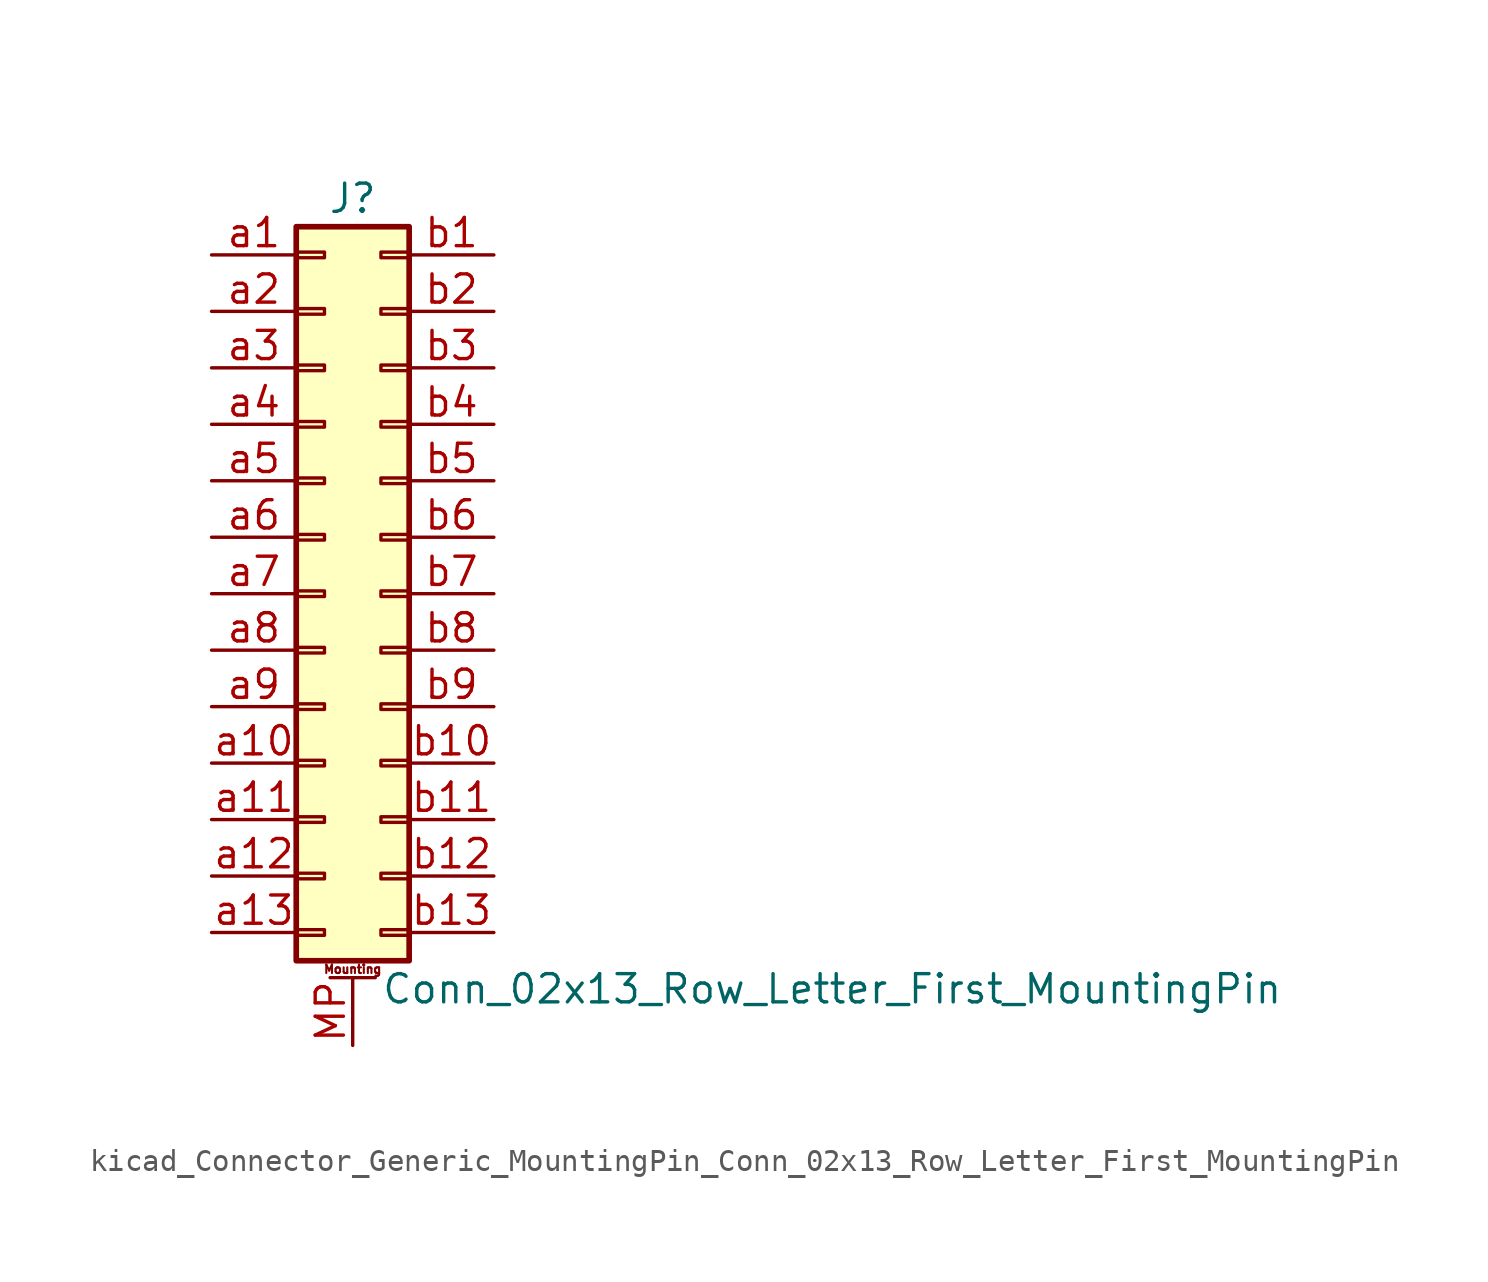
<source format=kicad_sym>
(kicad_symbol_lib
  (version 20220914)
  (generator kicad_symbol_editor)
  (symbol "kicad_Connector_Generic_MountingPin_Conn_02x13_Row_Letter_First_MountingPin"
    (pin_names
      (offset 1.016) hide)
    (property "Reference" "J"
      (at 1.27 17.78 0)
      (effects (font (size 1.27 1.27))))
    (property "Value" "Conn_02x13_Row_Letter_First_MountingPin"
      (at 2.54 -17.78 0)
      (effects (font (size 1.27 1.27)) (justify left)))
    (symbol "kicad_Connector_Generic_MountingPin_Conn_02x13_Row_Letter_First_MountingPin_1_1"
      (rectangle (start -1.27 -15.113) (end 0 -15.367) (stroke (width 0.152) (type default)) (fill (type none)))
      (rectangle (start -1.27 -12.573) (end 0 -12.827) (stroke (width 0.152) (type default)) (fill (type none)))
      (rectangle (start -1.27 -10.033) (end 0 -10.287) (stroke (width 0.152) (type default)) (fill (type none)))
      (rectangle (start -1.27 -7.493) (end 0 -7.747) (stroke (width 0.152) (type default)) (fill (type none)))
      (rectangle (start -1.27 -4.953) (end 0 -5.207) (stroke (width 0.152) (type default)) (fill (type none)))
      (rectangle (start -1.27 -2.413) (end 0 -2.667) (stroke (width 0.152) (type default)) (fill (type none)))
      (rectangle (start -1.27 0.127) (end 0 -0.127) (stroke (width 0.152) (type default)) (fill (type none)))
      (rectangle (start -1.27 2.667) (end 0 2.413) (stroke (width 0.152) (type default)) (fill (type none)))
      (rectangle (start -1.27 5.207) (end 0 4.953) (stroke (width 0.152) (type default)) (fill (type none)))
      (rectangle (start -1.27 7.747) (end 0 7.493) (stroke (width 0.152) (type default)) (fill (type none)))
      (rectangle (start -1.27 10.287) (end 0 10.033) (stroke (width 0.152) (type default)) (fill (type none)))
      (rectangle (start -1.27 12.827) (end 0 12.573) (stroke (width 0.152) (type default)) (fill (type none)))
      (rectangle (start -1.27 15.367) (end 0 15.113) (stroke (width 0.152) (type default)) (fill (type none)))
      (rectangle (start -1.27 16.51) (end 3.81 -16.51) (stroke (width 0.254) (type default)) (fill (type background)))
      (polyline (pts (xy 0.254 -17.272) (xy 2.286 -17.272)) (stroke (width 0.152) (type default)) (fill (type none)))
      (rectangle (start 3.81 -15.113) (end 2.54 -15.367) (stroke (width 0.152) (type default)) (fill (type none)))
      (rectangle (start 3.81 -12.573) (end 2.54 -12.827) (stroke (width 0.152) (type default)) (fill (type none)))
      (rectangle (start 3.81 -10.033) (end 2.54 -10.287) (stroke (width 0.152) (type default)) (fill (type none)))
      (rectangle (start 3.81 -7.493) (end 2.54 -7.747) (stroke (width 0.152) (type default)) (fill (type none)))
      (rectangle (start 3.81 -4.953) (end 2.54 -5.207) (stroke (width 0.152) (type default)) (fill (type none)))
      (rectangle (start 3.81 -2.413) (end 2.54 -2.667) (stroke (width 0.152) (type default)) (fill (type none)))
      (rectangle (start 3.81 0.127) (end 2.54 -0.127) (stroke (width 0.152) (type default)) (fill (type none)))
      (rectangle (start 3.81 2.667) (end 2.54 2.413) (stroke (width 0.152) (type default)) (fill (type none)))
      (rectangle (start 3.81 5.207) (end 2.54 4.953) (stroke (width 0.152) (type default)) (fill (type none)))
      (rectangle (start 3.81 7.747) (end 2.54 7.493) (stroke (width 0.152) (type default)) (fill (type none)))
      (rectangle (start 3.81 10.287) (end 2.54 10.033) (stroke (width 0.152) (type default)) (fill (type none)))
      (rectangle (start 3.81 12.827) (end 2.54 12.573) (stroke (width 0.152) (type default)) (fill (type none)))
      (rectangle (start 3.81 15.367) (end 2.54 15.113) (stroke (width 0.152) (type default)) (fill (type none)))
      (text "Mounting" (at 1.27 -16.891 0) (effects (font (size 0.381 0.381))))
      (pin passive line (at 1.27 -20.32 90) (length 3.048) (name "MountPin" (effects (font (size 1.27 1.27)))) (number "MP" (effects (font (size 1.27 1.27)))))
      (pin passive line (at -5.08 15.24 0) (length 3.81) (name "Pin_a1" (effects (font (size 1.27 1.27)))) (number "a1" (effects (font (size 1.27 1.27)))))
      (pin passive line (at -5.08 -7.62 0) (length 3.81) (name "Pin_a10" (effects (font (size 1.27 1.27)))) (number "a10" (effects (font (size 1.27 1.27)))))
      (pin passive line (at -5.08 -10.16 0) (length 3.81) (name "Pin_a11" (effects (font (size 1.27 1.27)))) (number "a11" (effects (font (size 1.27 1.27)))))
      (pin passive line (at -5.08 -12.7 0) (length 3.81) (name "Pin_a12" (effects (font (size 1.27 1.27)))) (number "a12" (effects (font (size 1.27 1.27)))))
      (pin passive line (at -5.08 -15.24 0) (length 3.81) (name "Pin_a13" (effects (font (size 1.27 1.27)))) (number "a13" (effects (font (size 1.27 1.27)))))
      (pin passive line (at -5.08 12.7 0) (length 3.81) (name "Pin_a2" (effects (font (size 1.27 1.27)))) (number "a2" (effects (font (size 1.27 1.27)))))
      (pin passive line (at -5.08 10.16 0) (length 3.81) (name "Pin_a3" (effects (font (size 1.27 1.27)))) (number "a3" (effects (font (size 1.27 1.27)))))
      (pin passive line (at -5.08 7.62 0) (length 3.81) (name "Pin_a4" (effects (font (size 1.27 1.27)))) (number "a4" (effects (font (size 1.27 1.27)))))
      (pin passive line (at -5.08 5.08 0) (length 3.81) (name "Pin_a5" (effects (font (size 1.27 1.27)))) (number "a5" (effects (font (size 1.27 1.27)))))
      (pin passive line (at -5.08 2.54 0) (length 3.81) (name "Pin_a6" (effects (font (size 1.27 1.27)))) (number "a6" (effects (font (size 1.27 1.27)))))
      (pin passive line (at -5.08 0 0) (length 3.81) (name "Pin_a7" (effects (font (size 1.27 1.27)))) (number "a7" (effects (font (size 1.27 1.27)))))
      (pin passive line (at -5.08 -2.54 0) (length 3.81) (name "Pin_a8" (effects (font (size 1.27 1.27)))) (number "a8" (effects (font (size 1.27 1.27)))))
      (pin passive line (at -5.08 -5.08 0) (length 3.81) (name "Pin_a9" (effects (font (size 1.27 1.27)))) (number "a9" (effects (font (size 1.27 1.27)))))
      (pin passive line (at 7.62 15.24 180) (length 3.81) (name "Pin_b1" (effects (font (size 1.27 1.27)))) (number "b1" (effects (font (size 1.27 1.27)))))
      (pin passive line (at 7.62 -7.62 180) (length 3.81) (name "Pin_b10" (effects (font (size 1.27 1.27)))) (number "b10" (effects (font (size 1.27 1.27)))))
      (pin passive line (at 7.62 -10.16 180) (length 3.81) (name "Pin_b11" (effects (font (size 1.27 1.27)))) (number "b11" (effects (font (size 1.27 1.27)))))
      (pin passive line (at 7.62 -12.7 180) (length 3.81) (name "Pin_b12" (effects (font (size 1.27 1.27)))) (number "b12" (effects (font (size 1.27 1.27)))))
      (pin passive line (at 7.62 -15.24 180) (length 3.81) (name "Pin_b13" (effects (font (size 1.27 1.27)))) (number "b13" (effects (font (size 1.27 1.27)))))
      (pin passive line (at 7.62 12.7 180) (length 3.81) (name "Pin_b2" (effects (font (size 1.27 1.27)))) (number "b2" (effects (font (size 1.27 1.27)))))
      (pin passive line (at 7.62 10.16 180) (length 3.81) (name "Pin_b3" (effects (font (size 1.27 1.27)))) (number "b3" (effects (font (size 1.27 1.27)))))
      (pin passive line (at 7.62 7.62 180) (length 3.81) (name "Pin_b4" (effects (font (size 1.27 1.27)))) (number "b4" (effects (font (size 1.27 1.27)))))
      (pin passive line (at 7.62 5.08 180) (length 3.81) (name "Pin_b5" (effects (font (size 1.27 1.27)))) (number "b5" (effects (font (size 1.27 1.27)))))
      (pin passive line (at 7.62 2.54 180) (length 3.81) (name "Pin_b6" (effects (font (size 1.27 1.27)))) (number "b6" (effects (font (size 1.27 1.27)))))
      (pin passive line (at 7.62 0 180) (length 3.81) (name "Pin_b7" (effects (font (size 1.27 1.27)))) (number "b7" (effects (font (size 1.27 1.27)))))
      (pin passive line (at 7.62 -2.54 180) (length 3.81) (name "Pin_b8" (effects (font (size 1.27 1.27)))) (number "b8" (effects (font (size 1.27 1.27)))))
      (pin passive line (at 7.62 -5.08 180) (length 3.81) (name "Pin_b9" (effects (font (size 1.27 1.27)))) (number "b9" (effects (font (size 1.27 1.27))))))))
</source>
